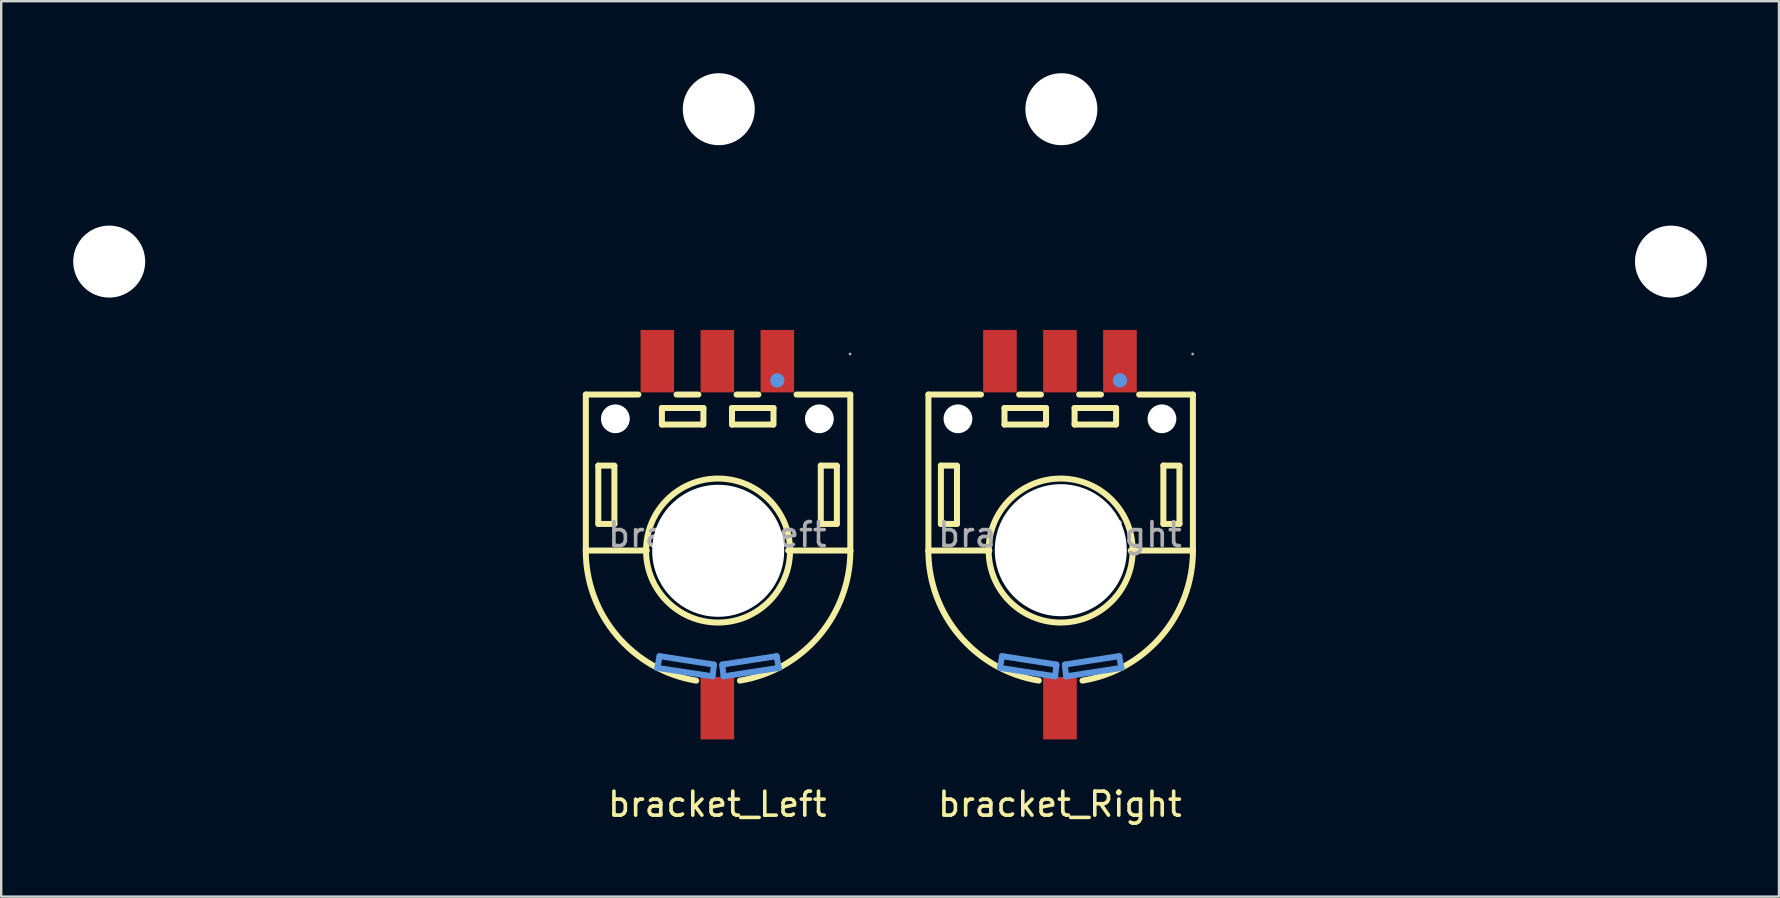
<source format=kicad_pcb>
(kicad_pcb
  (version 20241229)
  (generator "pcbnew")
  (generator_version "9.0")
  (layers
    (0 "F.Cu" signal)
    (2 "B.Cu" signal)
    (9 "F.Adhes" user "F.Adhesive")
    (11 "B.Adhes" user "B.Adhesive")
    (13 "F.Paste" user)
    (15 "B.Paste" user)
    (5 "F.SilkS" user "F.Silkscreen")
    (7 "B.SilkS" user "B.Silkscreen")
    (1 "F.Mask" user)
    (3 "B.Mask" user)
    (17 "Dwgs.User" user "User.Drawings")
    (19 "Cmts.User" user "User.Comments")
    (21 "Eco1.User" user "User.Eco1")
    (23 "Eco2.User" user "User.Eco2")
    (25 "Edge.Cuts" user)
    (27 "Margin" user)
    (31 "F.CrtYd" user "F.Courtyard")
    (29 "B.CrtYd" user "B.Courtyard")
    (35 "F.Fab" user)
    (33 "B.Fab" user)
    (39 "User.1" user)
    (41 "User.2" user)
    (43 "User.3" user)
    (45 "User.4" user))
  (footprint "bracket_Right"
    (layer "F.Cu")
    (at 41.175 20.55)
    (property "Reference" "bracket_Right" (at -0.06 9.91 180) (layer "F.SilkS") (effects (font (size 1 1) (thickness 0.15))))
    (attr smd)
    (fp_line (start -5.54 -0.66) (end -5.54 -7.16) (stroke (width 0.25) (type solid)) (layer "F.SilkS"))
    (fp_line (start -5.02 -4.2) (end -4.35 -4.2) (stroke (width 0.25) (type solid)) (layer "F.SilkS"))
    (fp_line (start -5.02 -1.77) (end -5.02 -4.2) (stroke (width 0.25) (type solid)) (layer "F.SilkS"))
    (fp_line (start -4.35 -4.17) (end -4.35 -1.77) (stroke (width 0.25) (type solid)) (layer "F.SilkS"))
    (fp_line (start -4.35 -1.77) (end -5.02 -1.77) (stroke (width 0.25) (type solid)) (layer "F.SilkS"))
    (fp_line (start -3.35 -7.16) (end -5.54 -7.16) (stroke (width 0.25) (type solid)) (layer "F.SilkS"))
    (fp_line (start -3 -0.66) (end -5.54 -0.66) (stroke (width 0.25) (type solid)) (layer "F.SilkS"))
    (fp_line (start -2.37 -6.6) (end -0.64 -6.6) (stroke (width 0.25) (type solid)) (layer "F.SilkS"))
    (fp_line (start -2.37 -5.91) (end -2.37 -6.6) (stroke (width 0.25) (type solid)) (layer "F.SilkS"))
    (fp_line (start -0.85 -7.16) (end -1.76 -7.16) (stroke (width 0.25) (type solid)) (layer "F.SilkS"))
    (fp_line (start -0.66 -5.91) (end -2.37 -5.91) (stroke (width 0.25) (type solid)) (layer "F.SilkS"))
    (fp_line (start -0.64 -6.6) (end -0.64 -5.91) (stroke (width 0.25) (type solid)) (layer "F.SilkS"))
    (fp_line (start 0.55 -6.6) (end 2.28 -6.6) (stroke (width 0.25) (type solid)) (layer "F.SilkS"))
    (fp_line (start 0.55 -5.91) (end 0.55 -6.6) (stroke (width 0.25) (type solid)) (layer "F.SilkS"))
    (fp_line (start 1.65 -7.16) (end 0.74 -7.16) (stroke (width 0.25) (type solid)) (layer "F.SilkS"))
    (fp_line (start 2.26 -5.91) (end 0.55 -5.91) (stroke (width 0.25) (type solid)) (layer "F.SilkS"))
    (fp_line (start 2.28 -6.6) (end 2.28 -5.91) (stroke (width 0.25) (type solid)) (layer "F.SilkS"))
    (fp_line (start 4.25 -4.2) (end 4.92 -4.2) (stroke (width 0.25) (type solid)) (layer "F.SilkS"))
    (fp_line (start 4.25 -1.77) (end 4.25 -4.2) (stroke (width 0.25) (type solid)) (layer "F.SilkS"))
    (fp_line (start 4.92 -4.17) (end 4.92 -1.77) (stroke (width 0.25) (type solid)) (layer "F.SilkS"))
    (fp_line (start 4.92 -1.77) (end 4.25 -1.77) (stroke (width 0.25) (type solid)) (layer "F.SilkS"))
    (fp_line (start 5.48 -7.16) (end 3.24 -7.16) (stroke (width 0.25) (type solid)) (layer "F.SilkS"))
    (fp_line (start 5.48 -0.66) (end 2.89 -0.66) (stroke (width 0.25) (type solid)) (layer "F.SilkS"))
    (fp_line (start 5.48 -0.66) (end 5.48 -7.16) (stroke (width 0.25) (type solid)) (layer "F.SilkS"))
    (fp_arc (start -0.94 4.76) (mid -4.237479 2.894366) (end -5.542585 -0.662409) (stroke (width 0.25) (type solid)) (layer "F.SilkS"))
    (fp_arc (start 5.482585 -0.662409) (mid 4.177479 2.894366) (end 0.88 4.76) (stroke (width 0.25) (type solid)) (layer "F.SilkS"))
    (fp_circle (center -0.03 -0.66) (end -3.03 -0.66) (stroke (width 0.25) (type solid)) (fill no) (layer "F.SilkS"))
    (fp_line (start -2.56 4.23) (end -0.26 4.58) (stroke (width 0.25) (type solid)) (layer "Cmts.User"))
    (fp_line (start -2.47 3.74) (end -2.56 4.23) (stroke (width 0.25) (type solid)) (layer "Cmts.User"))
    (fp_line (start -0.26 4.58) (end -0.21 4.17) (stroke (width 0.25) (type solid)) (layer "Cmts.User"))
    (fp_line (start -0.21 4.09) (end -2.47 3.74) (stroke (width 0.25) (type solid)) (layer "Cmts.User"))
    (fp_line (start -0.21 4.14) (end -0.21 4.09) (stroke (width 0.25) (type solid)) (layer "Cmts.User"))
    (fp_line (start 0.15 4.09) (end 2.41 3.74) (stroke (width 0.25) (type solid)) (layer "Cmts.User"))
    (fp_line (start 0.15 4.14) (end 0.15 4.09) (stroke (width 0.25) (type solid)) (layer "Cmts.User"))
    (fp_line (start 0.2 4.58) (end 0.15 4.17) (stroke (width 0.25) (type solid)) (layer "Cmts.User"))
    (fp_line (start 2.41 3.74) (end 2.5 4.23) (stroke (width 0.25) (type solid)) (layer "Cmts.User"))
    (fp_line (start 2.5 4.23) (end 0.2 4.58) (stroke (width 0.25) (type solid)) (layer "Cmts.User"))
    (fp_circle (center 2.44 -7.75) (end 2.29 -7.75) (stroke (width 0.3) (type solid)) (fill no) (layer "Cmts.User"))
    (fp_circle (center 5.47 -8.85) (end 5.44 -8.85) (stroke (width 0.06) (type solid)) (fill no) (layer "F.Fab"))
    (fp_text user "${REFERENCE}" (at -0.06 -1.32 180) (layer "F.Fab") (effects (font (size 1 1) (thickness 0.15))))
    (pad "" np_thru_hole circle (at -4.31 -6.15 180) (size 1.2 1.2) (drill 1.2) (layers "*.Cu" "*.Mask"))
    (pad "" np_thru_hole circle (at -0.025 -0.675) (size 5.5 5.5) (drill 5.5) (layers "*.Cu" "*.Mask"))
    (pad "" np_thru_hole circle (at 0 -19.05) (size 3 3) (drill 3) (layers "*.Cu" "*.Mask"))
    (pad "" np_thru_hole circle (at 4.19 -6.15 180) (size 1.2 1.2) (drill 1.2) (layers "*.Cu" "*.Mask"))
    (pad "" np_thru_hole circle (at 25.4 -12.7) (size 3 3) (drill 3) (layers "*.Cu" "*.Mask"))
    (pad "1" smd rect (at 2.44 -8.55 180) (size 1.4 2.6) (layers "F.Cu" "F.Mask" "F.Paste"))
    (pad "2" smd rect (at -0.06 -8.55 180) (size 1.4 2.6) (layers "F.Cu" "F.Mask" "F.Paste"))
    (pad "2" smd rect (at -0.06 5.91 180) (size 1.4 2.6) (layers "F.Cu" "F.Mask" "F.Paste"))
    (pad "3" smd rect (at -2.56 -8.55 180) (size 1.4 2.6) (layers "F.Cu" "F.Mask" "F.Paste")))
  (footprint "bracket_Left"
    (layer "F.Cu")
    (at 26.9 20.55)
    (property "Reference" "bracket_Left" (at -0.06 9.91 180) (layer "F.SilkS") (effects (font (size 1 1) (thickness 0.15))))
    (attr smd)
    (fp_line (start -5.54 -0.66) (end -5.54 -7.16) (stroke (width 0.25) (type solid)) (layer "F.SilkS"))
    (fp_line (start -5.02 -4.2) (end -4.35 -4.2) (stroke (width 0.25) (type solid)) (layer "F.SilkS"))
    (fp_line (start -5.02 -1.77) (end -5.02 -4.2) (stroke (width 0.25) (type solid)) (layer "F.SilkS"))
    (fp_line (start -4.35 -4.17) (end -4.35 -1.77) (stroke (width 0.25) (type solid)) (layer "F.SilkS"))
    (fp_line (start -4.35 -1.77) (end -5.02 -1.77) (stroke (width 0.25) (type solid)) (layer "F.SilkS"))
    (fp_line (start -3.35 -7.16) (end -5.54 -7.16) (stroke (width 0.25) (type solid)) (layer "F.SilkS"))
    (fp_line (start -3 -0.66) (end -5.54 -0.66) (stroke (width 0.25) (type solid)) (layer "F.SilkS"))
    (fp_line (start -2.37 -6.6) (end -0.64 -6.6) (stroke (width 0.25) (type solid)) (layer "F.SilkS"))
    (fp_line (start -2.37 -5.91) (end -2.37 -6.6) (stroke (width 0.25) (type solid)) (layer "F.SilkS"))
    (fp_line (start -0.85 -7.16) (end -1.76 -7.16) (stroke (width 0.25) (type solid)) (layer "F.SilkS"))
    (fp_line (start -0.66 -5.91) (end -2.37 -5.91) (stroke (width 0.25) (type solid)) (layer "F.SilkS"))
    (fp_line (start -0.64 -6.6) (end -0.64 -5.91) (stroke (width 0.25) (type solid)) (layer "F.SilkS"))
    (fp_line (start 0.55 -6.6) (end 2.28 -6.6) (stroke (width 0.25) (type solid)) (layer "F.SilkS"))
    (fp_line (start 0.55 -5.91) (end 0.55 -6.6) (stroke (width 0.25) (type solid)) (layer "F.SilkS"))
    (fp_line (start 1.65 -7.16) (end 0.74 -7.16) (stroke (width 0.25) (type solid)) (layer "F.SilkS"))
    (fp_line (start 2.26 -5.91) (end 0.55 -5.91) (stroke (width 0.25) (type solid)) (layer "F.SilkS"))
    (fp_line (start 2.28 -6.6) (end 2.28 -5.91) (stroke (width 0.25) (type solid)) (layer "F.SilkS"))
    (fp_line (start 4.25 -4.2) (end 4.92 -4.2) (stroke (width 0.25) (type solid)) (layer "F.SilkS"))
    (fp_line (start 4.25 -1.77) (end 4.25 -4.2) (stroke (width 0.25) (type solid)) (layer "F.SilkS"))
    (fp_line (start 4.92 -4.17) (end 4.92 -1.77) (stroke (width 0.25) (type solid)) (layer "F.SilkS"))
    (fp_line (start 4.92 -1.77) (end 4.25 -1.77) (stroke (width 0.25) (type solid)) (layer "F.SilkS"))
    (fp_line (start 5.48 -7.16) (end 3.24 -7.16) (stroke (width 0.25) (type solid)) (layer "F.SilkS"))
    (fp_line (start 5.48 -0.66) (end 2.89 -0.66) (stroke (width 0.25) (type solid)) (layer "F.SilkS"))
    (fp_line (start 5.48 -0.66) (end 5.48 -7.16) (stroke (width 0.25) (type solid)) (layer "F.SilkS"))
    (fp_arc (start -0.94 4.76) (mid -4.237479 2.894366) (end -5.542585 -0.662409) (stroke (width 0.25) (type solid)) (layer "F.SilkS"))
    (fp_arc (start 5.482585 -0.662409) (mid 4.177479 2.894366) (end 0.88 4.76) (stroke (width 0.25) (type solid)) (layer "F.SilkS"))
    (fp_circle (center -0.03 -0.66) (end -3.03 -0.66) (stroke (width 0.25) (type solid)) (fill no) (layer "F.SilkS"))
    (fp_line (start -2.56 4.23) (end -0.26 4.58) (stroke (width 0.25) (type solid)) (layer "Cmts.User"))
    (fp_line (start -2.47 3.74) (end -2.56 4.23) (stroke (width 0.25) (type solid)) (layer "Cmts.User"))
    (fp_line (start -0.26 4.58) (end -0.21 4.17) (stroke (width 0.25) (type solid)) (layer "Cmts.User"))
    (fp_line (start -0.21 4.09) (end -2.47 3.74) (stroke (width 0.25) (type solid)) (layer "Cmts.User"))
    (fp_line (start -0.21 4.14) (end -0.21 4.09) (stroke (width 0.25) (type solid)) (layer "Cmts.User"))
    (fp_line (start 0.15 4.09) (end 2.41 3.74) (stroke (width 0.25) (type solid)) (layer "Cmts.User"))
    (fp_line (start 0.15 4.14) (end 0.15 4.09) (stroke (width 0.25) (type solid)) (layer "Cmts.User"))
    (fp_line (start 0.2 4.58) (end 0.15 4.17) (stroke (width 0.25) (type solid)) (layer "Cmts.User"))
    (fp_line (start 2.41 3.74) (end 2.5 4.23) (stroke (width 0.25) (type solid)) (layer "Cmts.User"))
    (fp_line (start 2.5 4.23) (end 0.2 4.58) (stroke (width 0.25) (type solid)) (layer "Cmts.User"))
    (fp_circle (center 2.44 -7.75) (end 2.29 -7.75) (stroke (width 0.3) (type solid)) (fill no) (layer "Cmts.User"))
    (fp_circle (center 5.47 -8.85) (end 5.44 -8.85) (stroke (width 0.06) (type solid)) (fill no) (layer "F.Fab"))
    (fp_text user "${REFERENCE}" (at -0.06 -1.32 180) (layer "F.Fab") (effects (font (size 1 1) (thickness 0.15))))
    (pad "" np_thru_hole circle (at -25.4 -12.7) (size 3 3) (drill 3) (layers "*.Cu" "*.Mask"))
    (pad "" np_thru_hole circle (at -4.31 -6.15 180) (size 1.2 1.2) (drill 1.2) (layers "*.Cu" "*.Mask"))
    (pad "" np_thru_hole circle (at -0.025 -0.65) (size 5.5 5.5) (drill 5.5) (layers "*.Cu" "*.Mask"))
    (pad "" np_thru_hole circle (at 0 -19.05) (size 3 3) (drill 3) (layers "*.Cu" "*.Mask"))
    (pad "" np_thru_hole circle (at 4.19 -6.15 180) (size 1.2 1.2) (drill 1.2) (layers "*.Cu" "*.Mask"))
    (pad "1" smd rect (at 2.44 -8.55 180) (size 1.4 2.6) (layers "F.Cu" "F.Mask" "F.Paste"))
    (pad "2" smd rect (at -0.06 -8.55 180) (size 1.4 2.6) (layers "F.Cu" "F.Mask" "F.Paste"))
    (pad "2" smd rect (at -0.06 5.91 180) (size 1.4 2.6) (layers "F.Cu" "F.Mask" "F.Paste"))
    (pad "3" smd rect (at -2.56 -8.55 180) (size 1.4 2.6) (layers "F.Cu" "F.Mask" "F.Paste")))
  (gr_rect
    (start -3 -3)
    (end 71.075 34.308)
    (stroke (width 0.1) (type default))
    (fill no)
    (layer "Edge.Cuts")))
</source>
